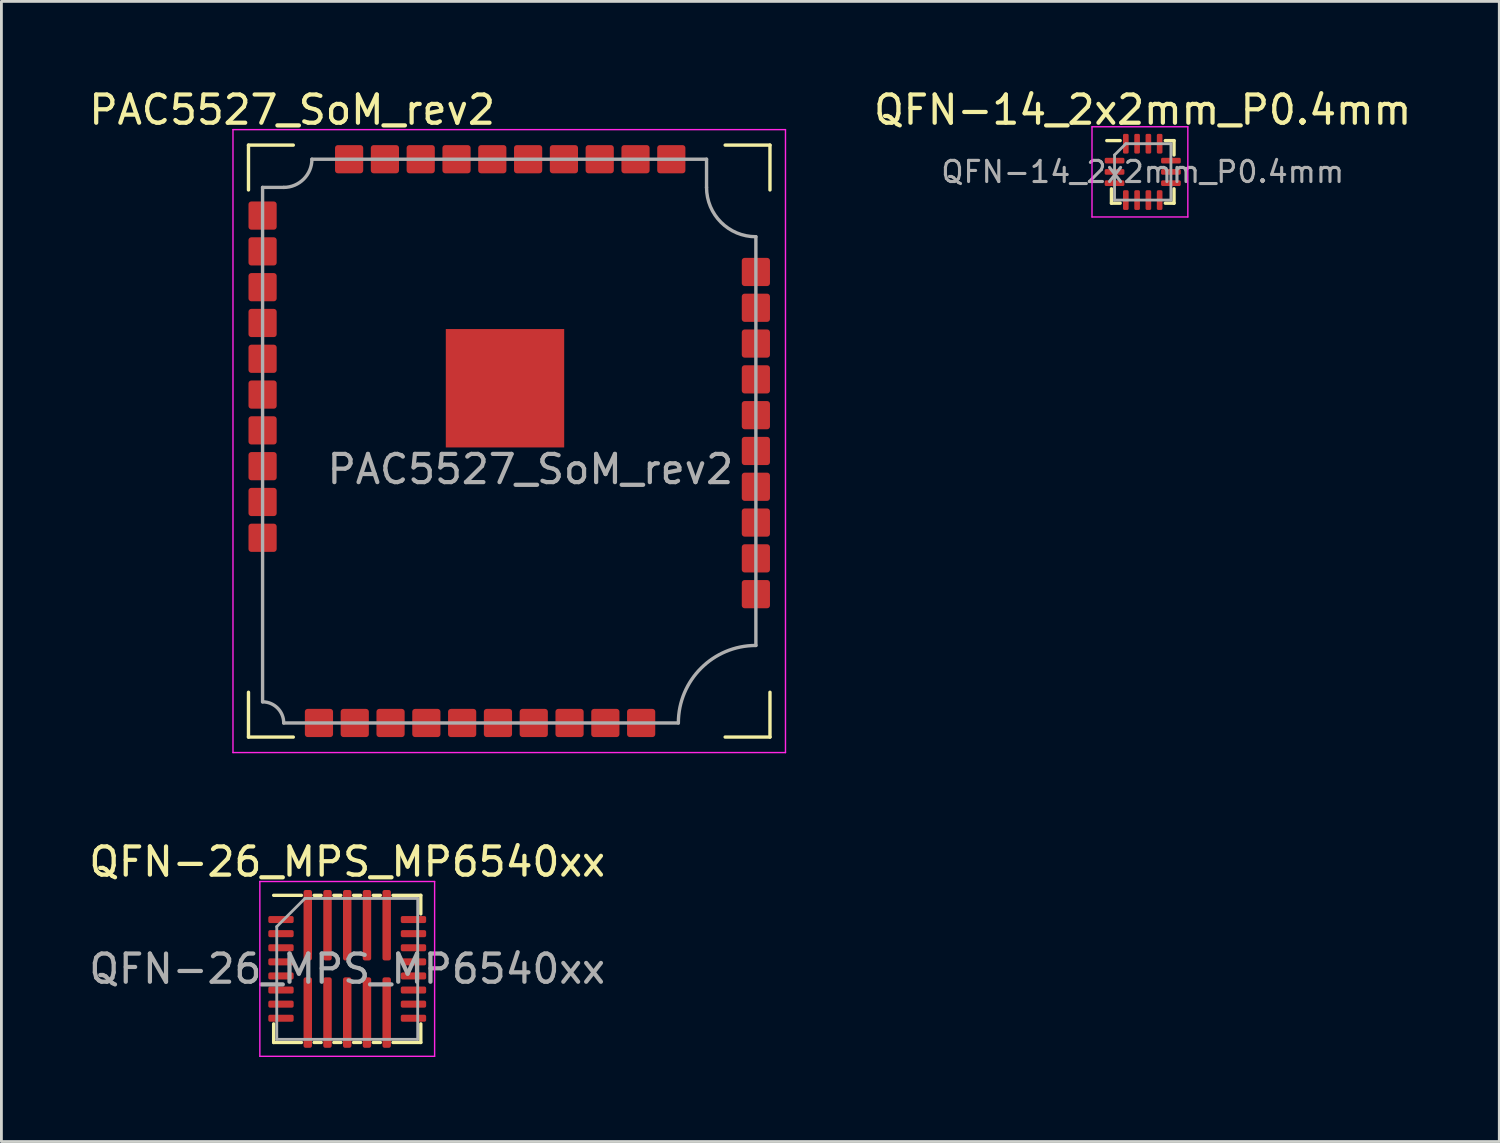
<source format=kicad_pcb>
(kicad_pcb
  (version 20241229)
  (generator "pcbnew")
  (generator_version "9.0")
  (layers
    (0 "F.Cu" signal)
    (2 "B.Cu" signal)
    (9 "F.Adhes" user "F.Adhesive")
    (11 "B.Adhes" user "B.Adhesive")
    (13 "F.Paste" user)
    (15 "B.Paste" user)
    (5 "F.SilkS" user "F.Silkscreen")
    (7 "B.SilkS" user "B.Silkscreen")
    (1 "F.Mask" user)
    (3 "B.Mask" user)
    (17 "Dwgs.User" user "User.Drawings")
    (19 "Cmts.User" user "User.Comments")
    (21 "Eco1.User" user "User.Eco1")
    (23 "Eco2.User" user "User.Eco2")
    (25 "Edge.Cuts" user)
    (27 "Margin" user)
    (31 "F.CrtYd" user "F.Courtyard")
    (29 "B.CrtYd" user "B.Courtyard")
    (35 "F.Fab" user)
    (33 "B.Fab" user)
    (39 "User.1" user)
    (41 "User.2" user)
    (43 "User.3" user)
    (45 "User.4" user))
  (footprint "QFN-26_MPS_MP6540xx"
    (layer "F.Cu")
    (at 9.268 31.322)
    (property "Reference" "QFN-26_MPS_MP6540xx" (at 0 -3.8 0) (layer "F.SilkS") (effects (font (size 1 1) (thickness 0.15))))
    (attr smd)
    (fp_line (start -2.61 2.61) (end -2.61 1.95) (stroke (width 0.12) (type solid)) (layer "F.SilkS"))
    (fp_line (start -1.625 -2.61) (end -2.61 -2.61) (stroke (width 0.12) (type solid)) (layer "F.SilkS"))
    (fp_line (start -1.625 2.61) (end -2.61 2.61) (stroke (width 0.12) (type solid)) (layer "F.SilkS"))
    (fp_line (start -0.925 -2.61) (end -1.175 -2.61) (stroke (width 0.12) (type solid)) (layer "F.SilkS"))
    (fp_line (start -0.925 2.61) (end -1.175 2.61) (stroke (width 0.12) (type solid)) (layer "F.SilkS"))
    (fp_line (start -0.225 -2.61) (end -0.475 -2.61) (stroke (width 0.12) (type solid)) (layer "F.SilkS"))
    (fp_line (start -0.225 2.61) (end -0.475 2.61) (stroke (width 0.12) (type solid)) (layer "F.SilkS"))
    (fp_line (start 0.475 -2.61) (end 0.225 -2.61) (stroke (width 0.12) (type solid)) (layer "F.SilkS"))
    (fp_line (start 0.475 2.61) (end 0.225 2.61) (stroke (width 0.12) (type solid)) (layer "F.SilkS"))
    (fp_line (start 1.175 -2.61) (end 0.925 -2.61) (stroke (width 0.12) (type solid)) (layer "F.SilkS"))
    (fp_line (start 1.175 2.61) (end 0.925 2.61) (stroke (width 0.12) (type solid)) (layer "F.SilkS"))
    (fp_line (start 1.625 -2.61) (end 2.61 -2.61) (stroke (width 0.12) (type solid)) (layer "F.SilkS"))
    (fp_line (start 1.625 2.61) (end 2.61 2.61) (stroke (width 0.12) (type solid)) (layer "F.SilkS"))
    (fp_line (start 2.61 -2.61) (end 2.61 -1.95) (stroke (width 0.12) (type solid)) (layer "F.SilkS"))
    (fp_line (start 2.61 2.61) (end 2.61 1.95) (stroke (width 0.12) (type solid)) (layer "F.SilkS"))
    (fp_line (start -3.1 -3.1) (end -3.1 3.1) (stroke (width 0.05) (type solid)) (layer "F.CrtYd"))
    (fp_line (start -3.1 3.1) (end 3.1 3.1) (stroke (width 0.05) (type solid)) (layer "F.CrtYd"))
    (fp_line (start 3.1 -3.1) (end -3.1 -3.1) (stroke (width 0.05) (type solid)) (layer "F.CrtYd"))
    (fp_line (start 3.1 3.1) (end 3.1 -3.1) (stroke (width 0.05) (type solid)) (layer "F.CrtYd"))
    (fp_line (start -2.5 -1.5) (end -1.5 -2.5) (stroke (width 0.1) (type solid)) (layer "F.Fab"))
    (fp_line (start -2.5 2.5) (end -2.5 -1.5) (stroke (width 0.1) (type solid)) (layer "F.Fab"))
    (fp_line (start -1.5 -2.5) (end 2.5 -2.5) (stroke (width 0.1) (type solid)) (layer "F.Fab"))
    (fp_line (start 2.5 -2.5) (end 2.5 2.5) (stroke (width 0.1) (type solid)) (layer "F.Fab"))
    (fp_line (start 2.5 2.5) (end -2.5 2.5) (stroke (width 0.1) (type solid)) (layer "F.Fab"))
    (fp_text user "${REFERENCE}" (at 0 0 0) (layer "F.Fab") (effects (font (size 1 1) (thickness 0.15))))
    (pad "1" smd roundrect (at -2.35 -1.75) (size 0.9 0.25) (layers "F.Cu" "F.Mask" "F.Paste") (roundrect_rratio 0.25))
    (pad "2" smd roundrect (at -2.35 -1.25) (size 0.9 0.25) (layers "F.Cu" "F.Mask" "F.Paste") (roundrect_rratio 0.25))
    (pad "3" smd roundrect (at -2.35 -0.75) (size 0.9 0.25) (layers "F.Cu" "F.Mask" "F.Paste") (roundrect_rratio 0.25))
    (pad "4" smd roundrect (at -2.35 -0.25) (size 0.9 0.25) (layers "F.Cu" "F.Mask" "F.Paste") (roundrect_rratio 0.25))
    (pad "5" smd roundrect (at -2.35 0.25) (size 0.9 0.25) (layers "F.Cu" "F.Mask" "F.Paste") (roundrect_rratio 0.25))
    (pad "6" smd roundrect (at -2.35 0.75) (size 0.9 0.25) (layers "F.Cu" "F.Mask" "F.Paste") (roundrect_rratio 0.25))
    (pad "7" smd roundrect (at -2.35 1.25) (size 0.9 0.25) (layers "F.Cu" "F.Mask" "F.Paste") (roundrect_rratio 0.25))
    (pad "8" smd roundrect (at -2.35 1.75) (size 0.9 0.25) (layers "F.Cu" "F.Mask" "F.Paste") (roundrect_rratio 0.25))
    (pad "9" smd roundrect (at -1.4 1.55) (size 0.3 2.5) (layers "F.Cu" "F.Mask" "F.Paste") (roundrect_rratio 0.25))
    (pad "10" smd roundrect (at -0.7 1.55) (size 0.3 2.5) (layers "F.Cu" "F.Mask" "F.Paste") (roundrect_rratio 0.25))
    (pad "11" smd roundrect (at 0 1.55) (size 0.3 2.5) (layers "F.Cu" "F.Mask" "F.Paste") (roundrect_rratio 0.25))
    (pad "12" smd roundrect (at 0.7 1.55) (size 0.3 2.5) (layers "F.Cu" "F.Mask" "F.Paste") (roundrect_rratio 0.25))
    (pad "13" smd roundrect (at 1.4 1.55) (size 0.3 2.5) (layers "F.Cu" "F.Mask" "F.Paste") (roundrect_rratio 0.25))
    (pad "14" smd roundrect (at 2.35 1.75) (size 0.9 0.25) (layers "F.Cu" "F.Mask" "F.Paste") (roundrect_rratio 0.25))
    (pad "15" smd roundrect (at 2.35 1.25) (size 0.9 0.25) (layers "F.Cu" "F.Mask" "F.Paste") (roundrect_rratio 0.25))
    (pad "16" smd roundrect (at 2.35 0.75) (size 0.9 0.25) (layers "F.Cu" "F.Mask" "F.Paste") (roundrect_rratio 0.25))
    (pad "17" smd roundrect (at 2.35 0.25) (size 0.9 0.25) (layers "F.Cu" "F.Mask" "F.Paste") (roundrect_rratio 0.25))
    (pad "18" smd roundrect (at 2.35 -0.25) (size 0.9 0.25) (layers "F.Cu" "F.Mask" "F.Paste") (roundrect_rratio 0.25))
    (pad "19" smd roundrect (at 2.35 -0.75) (size 0.9 0.25) (layers "F.Cu" "F.Mask" "F.Paste") (roundrect_rratio 0.25))
    (pad "20" smd roundrect (at 2.35 -1.25) (size 0.9 0.25) (layers "F.Cu" "F.Mask" "F.Paste") (roundrect_rratio 0.25))
    (pad "21" smd roundrect (at 2.35 -1.75) (size 0.9 0.25) (layers "F.Cu" "F.Mask" "F.Paste") (roundrect_rratio 0.25))
    (pad "22" smd roundrect (at 1.4 -1.55) (size 0.3 2.5) (layers "F.Cu" "F.Mask" "F.Paste") (roundrect_rratio 0.25))
    (pad "23" smd roundrect (at 0.7 -1.55) (size 0.3 2.5) (layers "F.Cu" "F.Mask" "F.Paste") (roundrect_rratio 0.25))
    (pad "24" smd roundrect (at 0 -1.55) (size 0.3 2.5) (layers "F.Cu" "F.Mask" "F.Paste") (roundrect_rratio 0.25))
    (pad "25" smd roundrect (at -0.7 -1.55) (size 0.3 2.5) (layers "F.Cu" "F.Mask" "F.Paste") (roundrect_rratio 0.25))
    (pad "26" smd roundrect (at -1.4 -1.55) (size 0.3 2.5) (layers "F.Cu" "F.Mask" "F.Paste") (roundrect_rratio 0.25)))
  (footprint "QFN-14_2x2mm_P0.4mm"
    (layer "F.Cu")
    (at 37.489 3.048)
    (property "Reference" "QFN-14_2x2mm_P0.4mm" (at 0 -2.2 0) (layer "F.SilkS") (effects (font (size 1 1) (thickness 0.15))))
    (attr smd)
    (fp_line (start -1.11 1.11) (end -1.11 0.6) (stroke (width 0.12) (type solid)) (layer "F.SilkS"))
    (fp_line (start -0.8 -1.11) (end -1.275 -1.11) (stroke (width 0.12) (type solid)) (layer "F.SilkS"))
    (fp_line (start -0.8 1.11) (end -1.11 1.11) (stroke (width 0.12) (type solid)) (layer "F.SilkS"))
    (fp_line (start 0.8 -1.11) (end 1.11 -1.11) (stroke (width 0.12) (type solid)) (layer "F.SilkS"))
    (fp_line (start 0.8 1.11) (end 1.11 1.11) (stroke (width 0.12) (type solid)) (layer "F.SilkS"))
    (fp_line (start 1.11 -1.11) (end 1.11 -0.6) (stroke (width 0.12) (type solid)) (layer "F.SilkS"))
    (fp_line (start 1.11 1.11) (end 1.11 0.6) (stroke (width 0.12) (type solid)) (layer "F.SilkS"))
    (fp_line (start -1.8 -1.6) (end -1.8 1.6) (stroke (width 0.05) (type solid)) (layer "F.CrtYd"))
    (fp_line (start -1.8 1.6) (end 1.6 1.6) (stroke (width 0.05) (type solid)) (layer "F.CrtYd"))
    (fp_line (start 1.6 -1.6) (end -1.8 -1.6) (stroke (width 0.05) (type solid)) (layer "F.CrtYd"))
    (fp_line (start 1.6 1.6) (end 1.6 -1.6) (stroke (width 0.05) (type solid)) (layer "F.CrtYd"))
    (fp_line (start -1 -0.6) (end -0.6 -1) (stroke (width 0.1) (type solid)) (layer "F.Fab"))
    (fp_line (start -1 1) (end -1 -0.6) (stroke (width 0.1) (type solid)) (layer "F.Fab"))
    (fp_line (start -0.6 -1) (end 1 -1) (stroke (width 0.1) (type solid)) (layer "F.Fab"))
    (fp_line (start 1 -1) (end 1 1) (stroke (width 0.1) (type solid)) (layer "F.Fab"))
    (fp_line (start 1 1) (end -1 1) (stroke (width 0.1) (type solid)) (layer "F.Fab"))
    (fp_text user "${REFERENCE}" (at 0 0 0) (layer "F.Fab") (effects (font (size 0.75 0.75) (thickness 0.11))))
    (pad "1" smd roundrect (at -1 -0.4) (size 0.7 0.2) (layers "F.Cu" "F.Mask" "F.Paste") (roundrect_rratio 0.25))
    (pad "2" smd roundrect (at -1 0) (size 0.7 0.2) (layers "F.Cu" "F.Mask" "F.Paste") (roundrect_rratio 0.25))
    (pad "3" smd roundrect (at -1 0.4) (size 0.7 0.2) (layers "F.Cu" "F.Mask" "F.Paste") (roundrect_rratio 0.25))
    (pad "4" smd roundrect (at -0.6 1) (size 0.2 0.7) (layers "F.Cu" "F.Mask" "F.Paste") (roundrect_rratio 0.25))
    (pad "5" smd roundrect (at -0.2 1) (size 0.2 0.7) (layers "F.Cu" "F.Mask" "F.Paste") (roundrect_rratio 0.25))
    (pad "6" smd roundrect (at 0.2 1) (size 0.2 0.7) (layers "F.Cu" "F.Mask" "F.Paste") (roundrect_rratio 0.25))
    (pad "7" smd roundrect (at 0.6 1) (size 0.2 0.7) (layers "F.Cu" "F.Mask" "F.Paste") (roundrect_rratio 0.25))
    (pad "8" smd roundrect (at 1 0.4 90) (size 0.2 0.7) (layers "F.Cu" "F.Mask" "F.Paste") (roundrect_rratio 0.25))
    (pad "9" smd roundrect (at 1 0) (size 0.7 0.2) (layers "F.Cu" "F.Mask" "F.Paste") (roundrect_rratio 0.25))
    (pad "10" smd roundrect (at 1 -0.4) (size 0.7 0.2) (layers "F.Cu" "F.Mask" "F.Paste") (roundrect_rratio 0.25))
    (pad "11" smd roundrect (at 0.6 -1 90) (size 0.7 0.2) (layers "F.Cu" "F.Mask" "F.Paste") (roundrect_rratio 0.25))
    (pad "12" smd roundrect (at 0.2 -1) (size 0.2 0.7) (layers "F.Cu" "F.Mask" "F.Paste") (roundrect_rratio 0.25))
    (pad "13" smd roundrect (at -0.2 -1) (size 0.2 0.7) (layers "F.Cu" "F.Mask" "F.Paste") (roundrect_rratio 0.25))
    (pad "14" smd roundrect (at -0.6 -1) (size 0.2 0.7) (layers "F.Cu" "F.Mask" "F.Paste") (roundrect_rratio 0.25)))
  (footprint "PAC5527_SoM_rev2"
    (layer "F.Cu")
    (at 6.265 22.598)
    (property "Reference" "PAC5527_SoM_rev2" (at 1.05 -21.75 0) (layer "F.SilkS") (effects (font (size 1 1) (thickness 0.15))))
    (attr smd)
    (fp_line (start -0.5 -18.91) (end -0.5 -20.5) (stroke (width 0.12) (type solid)) (layer "F.SilkS"))
    (fp_line (start -0.5 0.5) (end -0.5 -1.09) (stroke (width 0.12) (type solid)) (layer "F.SilkS"))
    (fp_line (start 1.09 -20.5) (end -0.5 -20.5) (stroke (width 0.12) (type solid)) (layer "F.SilkS"))
    (fp_line (start 1.09 0.5) (end -0.5 0.5) (stroke (width 0.12) (type solid)) (layer "F.SilkS"))
    (fp_line (start 16.41 0.5) (end 18 0.5) (stroke (width 0.12) (type solid)) (layer "F.SilkS"))
    (fp_line (start 18 -20.5) (end 16.41 -20.5) (stroke (width 0.12) (type solid)) (layer "F.SilkS"))
    (fp_line (start 18 -18.91) (end 18 -20.5) (stroke (width 0.12) (type solid)) (layer "F.SilkS"))
    (fp_line (start 18 0.5) (end 18 -1.09) (stroke (width 0.12) (type solid)) (layer "F.SilkS"))
    (fp_line (start -1.05 -21.05) (end 18.55 -21.05) (stroke (width 0.05) (type solid)) (layer "F.CrtYd"))
    (fp_line (start -1.05 1.05) (end -1.05 -21.05) (stroke (width 0.05) (type solid)) (layer "F.CrtYd"))
    (fp_line (start 18.55 -21.05) (end 18.55 1.05) (stroke (width 0.05) (type solid)) (layer "F.CrtYd"))
    (fp_line (start 18.55 1.05) (end -1.05 1.05) (stroke (width 0.05) (type solid)) (layer "F.CrtYd"))
    (fp_line (start 0 -19) (end 0 -0.75) (stroke (width 0.12) (type solid)) (layer "F.Fab"))
    (fp_line (start 0.75 -19) (end 0 -19) (stroke (width 0.12) (type solid)) (layer "F.Fab"))
    (fp_line (start 0.75 0) (end 14.75 0) (stroke (width 0.12) (type solid)) (layer "F.Fab"))
    (fp_line (start 1.75 -20) (end 15.75 -20) (stroke (width 0.12) (type solid)) (layer "F.Fab"))
    (fp_line (start 15.75 -20) (end 15.75 -19) (stroke (width 0.12) (type solid)) (layer "F.Fab"))
    (fp_line (start 17.5 -2.75) (end 17.5 -17.25) (stroke (width 0.12) (type solid)) (layer "F.Fab"))
    (fp_arc (start 0 -0.75) (mid 0.53033 -0.53033) (end 0.75 0) (stroke (width 0.12) (type solid)) (layer "F.Fab"))
    (fp_arc (start 1.75 -20) (mid 1.457107 -19.292893) (end 0.75 -19) (stroke (width 0.12) (type solid)) (layer "F.Fab"))
    (fp_arc (start 14.75 0) (mid 15.555456 -1.944544) (end 17.5 -2.75) (stroke (width 0.12) (type solid)) (layer "F.Fab"))
    (fp_arc (start 17.5 -17.25) (mid 16.262563 -17.762563) (end 15.75 -19) (stroke (width 0.12) (type solid)) (layer "F.Fab"))
    (fp_text user "${REFERENCE}" (at 9.5 -9 0) (layer "F.Fab") (effects (font (size 1 1) (thickness 0.15))))
    (pad "" smd roundrect (at 7.2 -13.275) (size 1.13 1.13) (layers "F.Paste") (roundrect_rratio 0.221))
    (pad "" smd roundrect (at 7.2 -11.875) (size 1.13 1.13) (layers "F.Paste") (roundrect_rratio 0.221))
    (pad "" smd roundrect (at 7.2 -10.475) (size 1.13 1.13) (layers "F.Paste") (roundrect_rratio 0.221))
    (pad "" smd roundrect (at 8.6 -13.275) (size 1.13 1.13) (layers "F.Paste") (roundrect_rratio 0.221))
    (pad "" smd roundrect (at 8.6 -11.875) (size 1.13 1.13) (layers "F.Paste") (roundrect_rratio 0.221))
    (pad "" smd roundrect (at 8.6 -10.475) (size 1.13 1.13) (layers "F.Paste") (roundrect_rratio 0.221))
    (pad "" smd roundrect (at 10 -13.275) (size 1.13 1.13) (layers "F.Paste") (roundrect_rratio 0.221))
    (pad "" smd roundrect (at 10 -11.875) (size 1.13 1.13) (layers "F.Paste") (roundrect_rratio 0.221))
    (pad "" smd roundrect (at 10 -10.475) (size 1.13 1.13) (layers "F.Paste") (roundrect_rratio 0.221))
    (pad "1" smd roundrect (at 17.5 -16 90) (size 1 1) (layers "F.Cu" "F.Mask" "F.Paste") (roundrect_rratio 0.1))
    (pad "2" smd roundrect (at 17.5 -14.73) (size 1 1) (layers "F.Cu" "F.Mask" "F.Paste") (roundrect_rratio 0.1))
    (pad "3" smd roundrect (at 17.5 -13.46) (size 1 1) (layers "F.Cu" "F.Mask" "F.Paste") (roundrect_rratio 0.1))
    (pad "4" smd roundrect (at 17.5 -12.19) (size 1 1) (layers "F.Cu" "F.Mask" "F.Paste") (roundrect_rratio 0.1))
    (pad "5" smd roundrect (at 17.5 -10.92) (size 1 1) (layers "F.Cu" "F.Mask" "F.Paste") (roundrect_rratio 0.1))
    (pad "6" smd roundrect (at 17.5 -9.65) (size 1 1) (layers "F.Cu" "F.Mask" "F.Paste") (roundrect_rratio 0.1))
    (pad "7" smd roundrect (at 17.5 -8.38) (size 1 1) (layers "F.Cu" "F.Mask" "F.Paste") (roundrect_rratio 0.1))
    (pad "8" smd roundrect (at 17.5 -7.11) (size 1 1) (layers "F.Cu" "F.Mask" "F.Paste") (roundrect_rratio 0.1))
    (pad "9" smd roundrect (at 17.5 -5.84) (size 1 1) (layers "F.Cu" "F.Mask" "F.Paste") (roundrect_rratio 0.1))
    (pad "10" smd roundrect (at 17.5 -4.57) (size 1 1) (layers "F.Cu" "F.Mask" "F.Paste") (roundrect_rratio 0.1))
    (pad "11" smd roundrect (at 2 0 90) (size 1 1) (layers "F.Cu" "F.Mask" "F.Paste") (roundrect_rratio 0.1))
    (pad "12" smd roundrect (at 3.27 0 90) (size 1 1) (layers "F.Cu" "F.Mask" "F.Paste") (roundrect_rratio 0.1))
    (pad "13" smd roundrect (at 4.54 0 90) (size 1 1) (layers "F.Cu" "F.Mask" "F.Paste") (roundrect_rratio 0.1))
    (pad "14" smd roundrect (at 5.81 0 90) (size 1 1) (layers "F.Cu" "F.Mask" "F.Paste") (roundrect_rratio 0.1))
    (pad "15" smd roundrect (at 7.08 0 90) (size 1 1) (layers "F.Cu" "F.Mask" "F.Paste") (roundrect_rratio 0.1))
    (pad "16" smd roundrect (at 8.35 0 90) (size 1 1) (layers "F.Cu" "F.Mask" "F.Paste") (roundrect_rratio 0.1))
    (pad "17" smd roundrect (at 9.62 0 90) (size 1 1) (layers "F.Cu" "F.Mask" "F.Paste") (roundrect_rratio 0.1))
    (pad "18" smd roundrect (at 10.89 0 90) (size 1 1) (layers "F.Cu" "F.Mask" "F.Paste") (roundrect_rratio 0.1))
    (pad "19" smd roundrect (at 12.16 0 90) (size 1 1) (layers "F.Cu" "F.Mask" "F.Paste") (roundrect_rratio 0.1))
    (pad "20" smd roundrect (at 13.43 0 90) (size 1 1) (layers "F.Cu" "F.Mask" "F.Paste") (roundrect_rratio 0.1))
    (pad "21" smd roundrect (at 14.5 -20 90) (size 1 1) (layers "F.Cu" "F.Mask" "F.Paste") (roundrect_rratio 0.1))
    (pad "22" smd roundrect (at 13.23 -20 270) (size 1 1) (layers "F.Cu" "F.Mask" "F.Paste") (roundrect_rratio 0.1))
    (pad "23" smd roundrect (at 11.96 -20 270) (size 1 1) (layers "F.Cu" "F.Mask" "F.Paste") (roundrect_rratio 0.1))
    (pad "24" smd roundrect (at 10.69 -20 270) (size 1 1) (layers "F.Cu" "F.Mask" "F.Paste") (roundrect_rratio 0.1))
    (pad "25" smd roundrect (at 9.42 -20 270) (size 1 1) (layers "F.Cu" "F.Mask" "F.Paste") (roundrect_rratio 0.1))
    (pad "26" smd roundrect (at 8.15 -20 270) (size 1 1) (layers "F.Cu" "F.Mask" "F.Paste") (roundrect_rratio 0.1))
    (pad "27" smd roundrect (at 6.88 -20 270) (size 1 1) (layers "F.Cu" "F.Mask" "F.Paste") (roundrect_rratio 0.1))
    (pad "28" smd roundrect (at 5.61 -20 270) (size 1 1) (layers "F.Cu" "F.Mask" "F.Paste") (roundrect_rratio 0.1))
    (pad "29" smd roundrect (at 4.34 -20 270) (size 1 1) (layers "F.Cu" "F.Mask" "F.Paste") (roundrect_rratio 0.1))
    (pad "30" smd roundrect (at 3.07 -20 270) (size 1 1) (layers "F.Cu" "F.Mask" "F.Paste") (roundrect_rratio 0.1))
    (pad "31" smd roundrect (at 0 -18 180) (size 1 1) (layers "F.Cu" "F.Mask" "F.Paste") (roundrect_rratio 0.1))
    (pad "32" smd roundrect (at 0 -16.73) (size 1 1) (layers "F.Cu" "F.Mask" "F.Paste") (roundrect_rratio 0.1))
    (pad "33" smd roundrect (at 0 -15.46) (size 1 1) (layers "F.Cu" "F.Mask" "F.Paste") (roundrect_rratio 0.1))
    (pad "34" smd roundrect (at 0 -14.19) (size 1 1) (layers "F.Cu" "F.Mask" "F.Paste") (roundrect_rratio 0.1))
    (pad "35" smd roundrect (at 0 -12.92) (size 1 1) (layers "F.Cu" "F.Mask" "F.Paste") (roundrect_rratio 0.1))
    (pad "36" smd roundrect (at 0 -11.65) (size 1 1) (layers "F.Cu" "F.Mask" "F.Paste") (roundrect_rratio 0.1))
    (pad "37" smd roundrect (at 0 -10.38) (size 1 1) (layers "F.Cu" "F.Mask" "F.Paste") (roundrect_rratio 0.1))
    (pad "38" smd roundrect (at 0 -9.11) (size 1 1) (layers "F.Cu" "F.Mask" "F.Paste") (roundrect_rratio 0.1))
    (pad "39" smd roundrect (at 0 -7.84) (size 1 1) (layers "F.Cu" "F.Mask" "F.Paste") (roundrect_rratio 0.1))
    (pad "40" smd roundrect (at 0 -6.57) (size 1 1) (layers "F.Cu" "F.Mask" "F.Paste") (roundrect_rratio 0.1))
    (pad "41" smd rect (at 8.6 -11.875) (size 4.2 4.2) (layers "F.Cu" "F.Mask")))
  (gr_rect
    (start -3 -3)
    (end 50.138 37.447)
    (stroke (width 0.1) (type default))
    (fill no)
    (layer "Edge.Cuts")))
</source>
